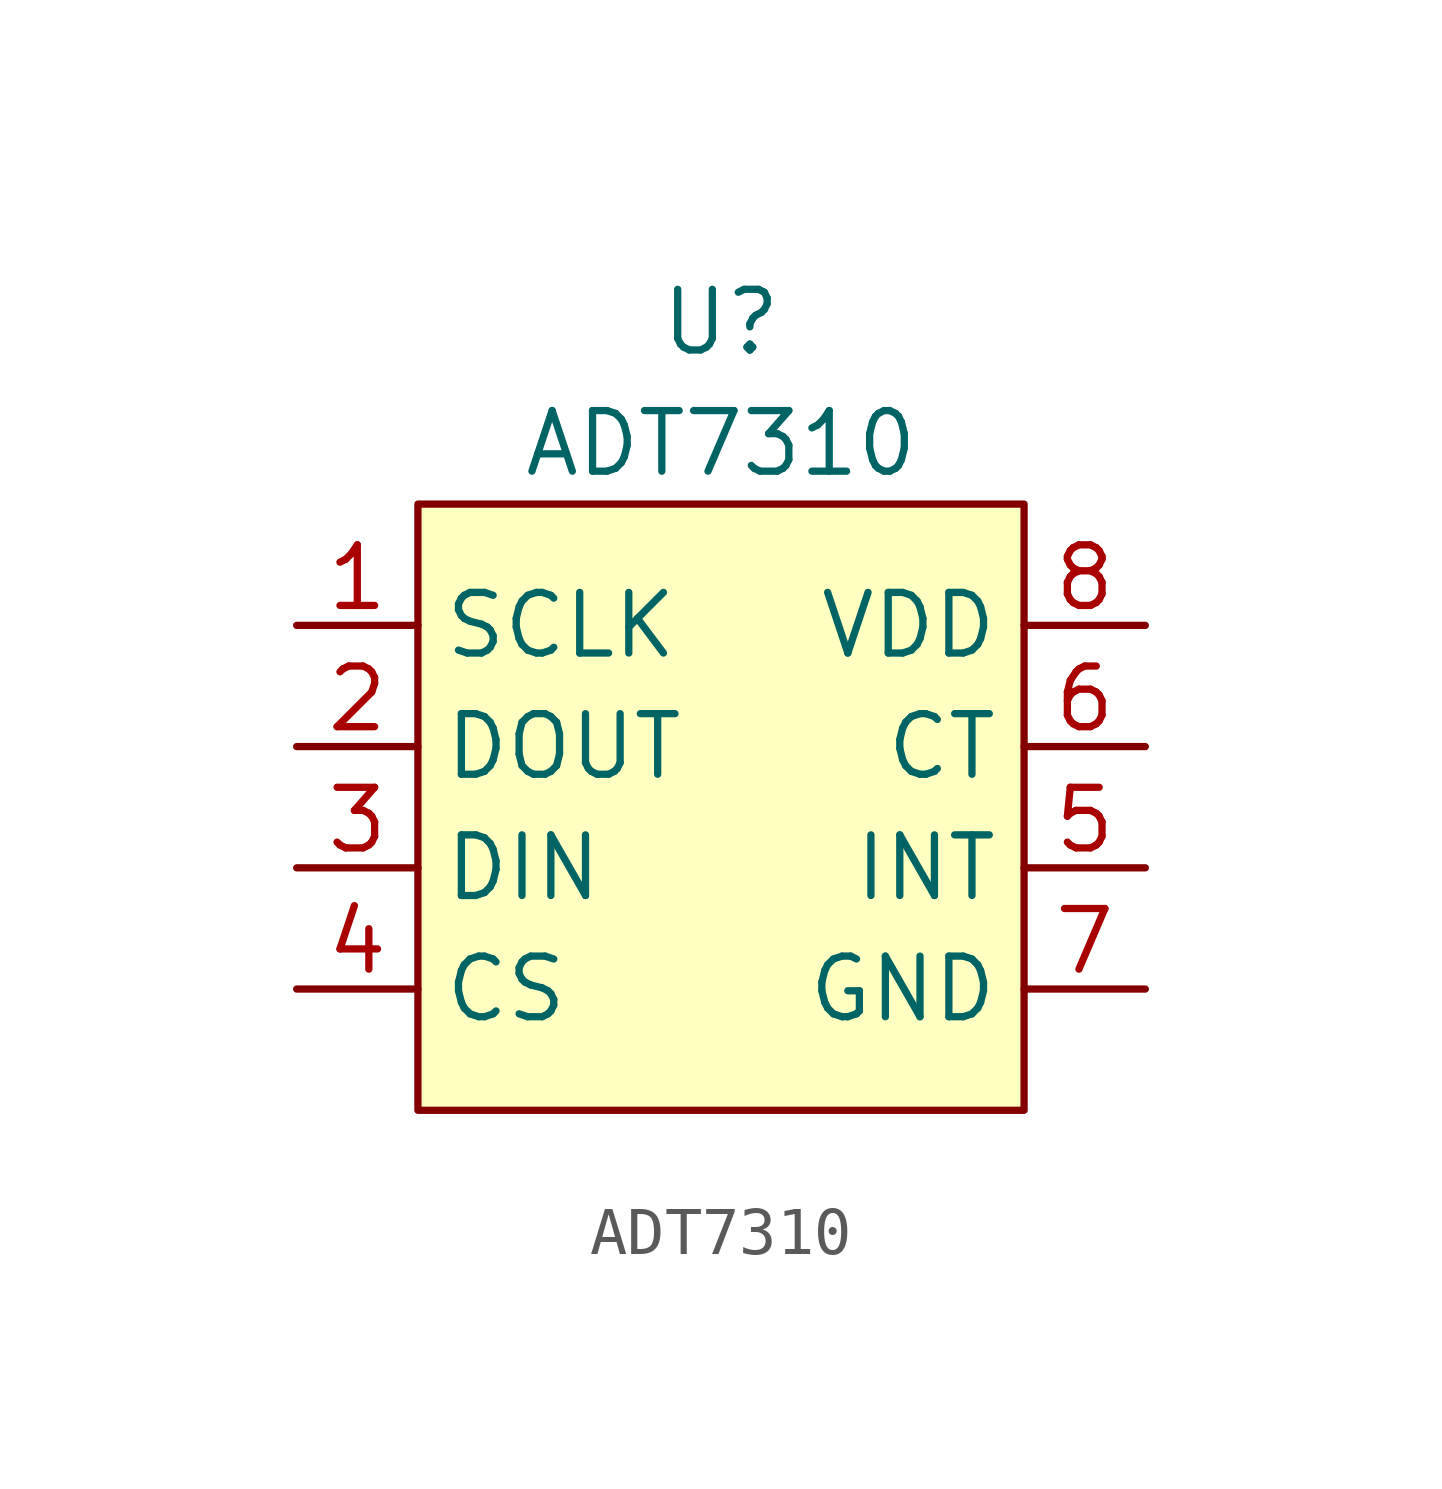
<source format=kicad_sym>
(kicad_symbol_lib
  (version 20211014)
  (generator kicad_symbol_editor)
  (symbol "ADT7310"
    (property "Reference" "U"
      (at 0 10.16 0)
      (effects (font (size 1.27 1.27))))
    (property "Value" "ADT7310"
      (at 0 7.62 0)
      (effects (font (size 1.27 1.27))))
    (symbol "ADT7310_0_1"
      (rectangle (start -6.35 6.35) (end 6.35 -6.35) (stroke (width 0) (type default) (color 0 0 0 0)) (fill (type background))))
    (symbol "ADT7310_1_1"
      (pin input line (at -8.89 3.81 0) (length 2.54) (name "SCLK" (effects (font (size 1.27 1.27)))) (number "1" (effects (font (size 1.27 1.27)))))
      (pin input line (at -8.89 1.27 0) (length 2.54) (name "DOUT" (effects (font (size 1.27 1.27)))) (number "2" (effects (font (size 1.27 1.27)))))
      (pin input line (at -8.89 -1.27 0) (length 2.54) (name "DIN" (effects (font (size 1.27 1.27)))) (number "3" (effects (font (size 1.27 1.27)))))
      (pin input line (at -8.89 -3.81 0) (length 2.54) (name "CS" (effects (font (size 1.27 1.27)))) (number "4" (effects (font (size 1.27 1.27)))))
      (pin input line (at 8.89 -1.27 180) (length 2.54) (name "INT" (effects (font (size 1.27 1.27)))) (number "5" (effects (font (size 1.27 1.27)))))
      (pin input line (at 8.89 1.27 180) (length 2.54) (name "CT" (effects (font (size 1.27 1.27)))) (number "6" (effects (font (size 1.27 1.27)))))
      (pin input line (at 8.89 -3.81 180) (length 2.54) (name "GND" (effects (font (size 1.27 1.27)))) (number "7" (effects (font (size 1.27 1.27)))))
      (pin input line (at 8.89 3.81 180) (length 2.54) (name "VDD" (effects (font (size 1.27 1.27)))) (number "8" (effects (font (size 1.27 1.27))))))))
</source>
